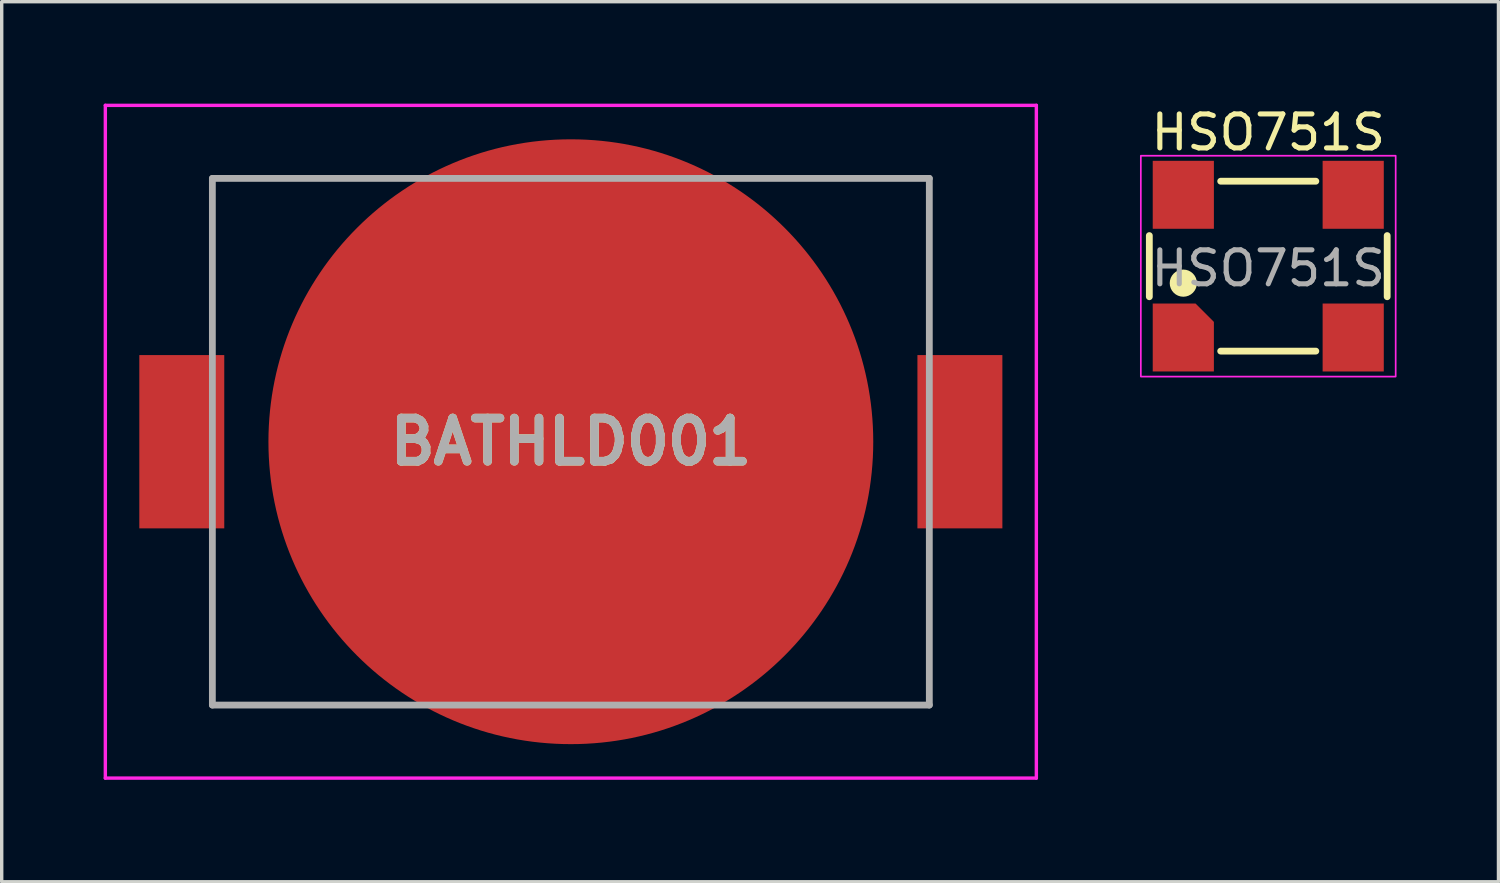
<source format=kicad_pcb>
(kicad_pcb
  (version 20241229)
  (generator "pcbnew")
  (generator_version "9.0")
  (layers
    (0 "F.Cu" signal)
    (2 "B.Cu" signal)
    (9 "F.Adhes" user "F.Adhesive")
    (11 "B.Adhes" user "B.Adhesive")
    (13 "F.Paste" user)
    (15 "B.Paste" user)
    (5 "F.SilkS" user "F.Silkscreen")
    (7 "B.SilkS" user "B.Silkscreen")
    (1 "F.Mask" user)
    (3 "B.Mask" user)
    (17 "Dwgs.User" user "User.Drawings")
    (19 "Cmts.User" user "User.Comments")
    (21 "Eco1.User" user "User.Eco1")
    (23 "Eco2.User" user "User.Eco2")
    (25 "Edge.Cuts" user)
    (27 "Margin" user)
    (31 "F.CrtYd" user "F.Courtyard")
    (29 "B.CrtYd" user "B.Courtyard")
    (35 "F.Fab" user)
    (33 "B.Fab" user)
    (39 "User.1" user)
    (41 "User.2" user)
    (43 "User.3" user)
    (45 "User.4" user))
  (footprint "BATHLD001"
    (layer "F.Cu")
    (at 13.75 9.95)
    (property "Reference" "BATHLD001" (at 0 0 0) (layer "F.SilkS") (effects (font (size 1.27 1.27) (thickness 0.254))))
    (attr smd)
    (fp_line (start -10.55 -7.75) (end -5 -7.75) (stroke (width 0.1) (type solid)) (layer "F.SilkS"))
    (fp_line (start -10.55 -3) (end -10.55 -7.75) (stroke (width 0.1) (type solid)) (layer "F.SilkS"))
    (fp_line (start -10.55 3) (end -10.55 7.75) (stroke (width 0.1) (type solid)) (layer "F.SilkS"))
    (fp_line (start -10.55 7.75) (end -5.5 7.75) (stroke (width 0.1) (type solid)) (layer "F.SilkS"))
    (fp_line (start 5 -7.75) (end 10.55 -7.75) (stroke (width 0.1) (type solid)) (layer "F.SilkS"))
    (fp_line (start 5 7.75) (end 10.55 7.75) (stroke (width 0.1) (type solid)) (layer "F.SilkS"))
    (fp_line (start 10.55 -7.75) (end 10.55 -3) (stroke (width 0.1) (type solid)) (layer "F.SilkS"))
    (fp_line (start 10.55 7.75) (end 10.55 3) (stroke (width 0.1) (type solid)) (layer "F.SilkS"))
    (fp_line (start -13.7 -9.9) (end 13.7 -9.9) (stroke (width 0.1) (type solid)) (layer "F.CrtYd"))
    (fp_line (start -13.7 9.9) (end -13.7 -9.9) (stroke (width 0.1) (type solid)) (layer "F.CrtYd"))
    (fp_line (start 13.7 -9.9) (end 13.7 9.9) (stroke (width 0.1) (type solid)) (layer "F.CrtYd"))
    (fp_line (start 13.7 9.9) (end -13.7 9.9) (stroke (width 0.1) (type solid)) (layer "F.CrtYd"))
    (fp_line (start -10.55 -7.75) (end 10.55 -7.75) (stroke (width 0.2) (type solid)) (layer "F.Fab"))
    (fp_line (start -10.55 7.75) (end -10.55 -7.75) (stroke (width 0.2) (type solid)) (layer "F.Fab"))
    (fp_line (start 10.55 -7.75) (end 10.55 7.75) (stroke (width 0.2) (type solid)) (layer "F.Fab"))
    (fp_line (start 10.55 7.75) (end -10.55 7.75) (stroke (width 0.2) (type solid)) (layer "F.Fab"))
    (fp_text user "${REFERENCE}" (at 0 0 0) (layer "F.Fab") (effects (font (size 1.27 1.27) (thickness 0.254))))
    (pad "1" smd rect (at -11.45 0) (size 2.5 5.1) (layers "F.Cu" "F.Mask" "F.Paste"))
    (pad "1" smd rect (at 11.45 0) (size 2.5 5.1) (layers "F.Cu" "F.Mask" "F.Paste"))
    (pad "2" smd circle (at 0 0 90) (size 17.8 17.8) (property pad_prop_testpoint) (layers "F.Cu" "F.Mask")))
  (footprint "HSO751S"
    (layer "F.Cu")
    (at 34.275 4.783)
    (property "Reference" "HSO751S" (at 0 -3.935 0) (unlocked yes) (layer "F.SilkS") (effects (font (size 1 1) (thickness 0.15))))
    (attr smd)
    (fp_line (start -3.5 -0.9) (end -3.5 0.9) (stroke (width 0.2) (type default)) (layer "F.SilkS"))
    (fp_line (start -1.4 -2.5) (end 1.4 -2.5) (stroke (width 0.2) (type default)) (layer "F.SilkS"))
    (fp_line (start -1.4 2.5) (end 1.4 2.5) (stroke (width 0.2) (type default)) (layer "F.SilkS"))
    (fp_line (start 3.5 -0.9) (end 3.5 0.9) (stroke (width 0.2) (type default)) (layer "F.SilkS"))
    (fp_circle (center -2.5 0.5) (end -2.2 0.5) (stroke (width 0.2) (type solid)) (fill yes) (layer "F.SilkS"))
    (fp_rect (start -3.75 -3.25) (end 3.75 3.25) (stroke (width 0.05) (type default)) (fill no) (layer "F.CrtYd"))
    (fp_text user "${REFERENCE}" (at 0 0.065 0) (unlocked yes) (layer "F.Fab") (effects (font (size 1 1) (thickness 0.15))))
    (pad "1" smd roundrect (at -2.5 2.1) (size 1.8 2) (layers "F.Cu" "F.Mask" "F.Paste") (roundrect_rratio 0) (chamfer_ratio 0.3) (chamfer top_right))
    (pad "2" smd rect (at 2.5 2.1) (size 1.8 2) (layers "F.Cu" "F.Mask" "F.Paste"))
    (pad "3" smd rect (at 2.5 -2.1) (size 1.8 2) (layers "F.Cu" "F.Mask" "F.Paste"))
    (pad "4" smd rect (at -2.5 -2.1) (size 1.8 2) (layers "F.Cu" "F.Mask" "F.Paste")))
  (gr_rect
    (start -3 -3)
    (end 41.05 22.9)
    (stroke (width 0.1) (type default))
    (fill no)
    (layer "Edge.Cuts")))
</source>
